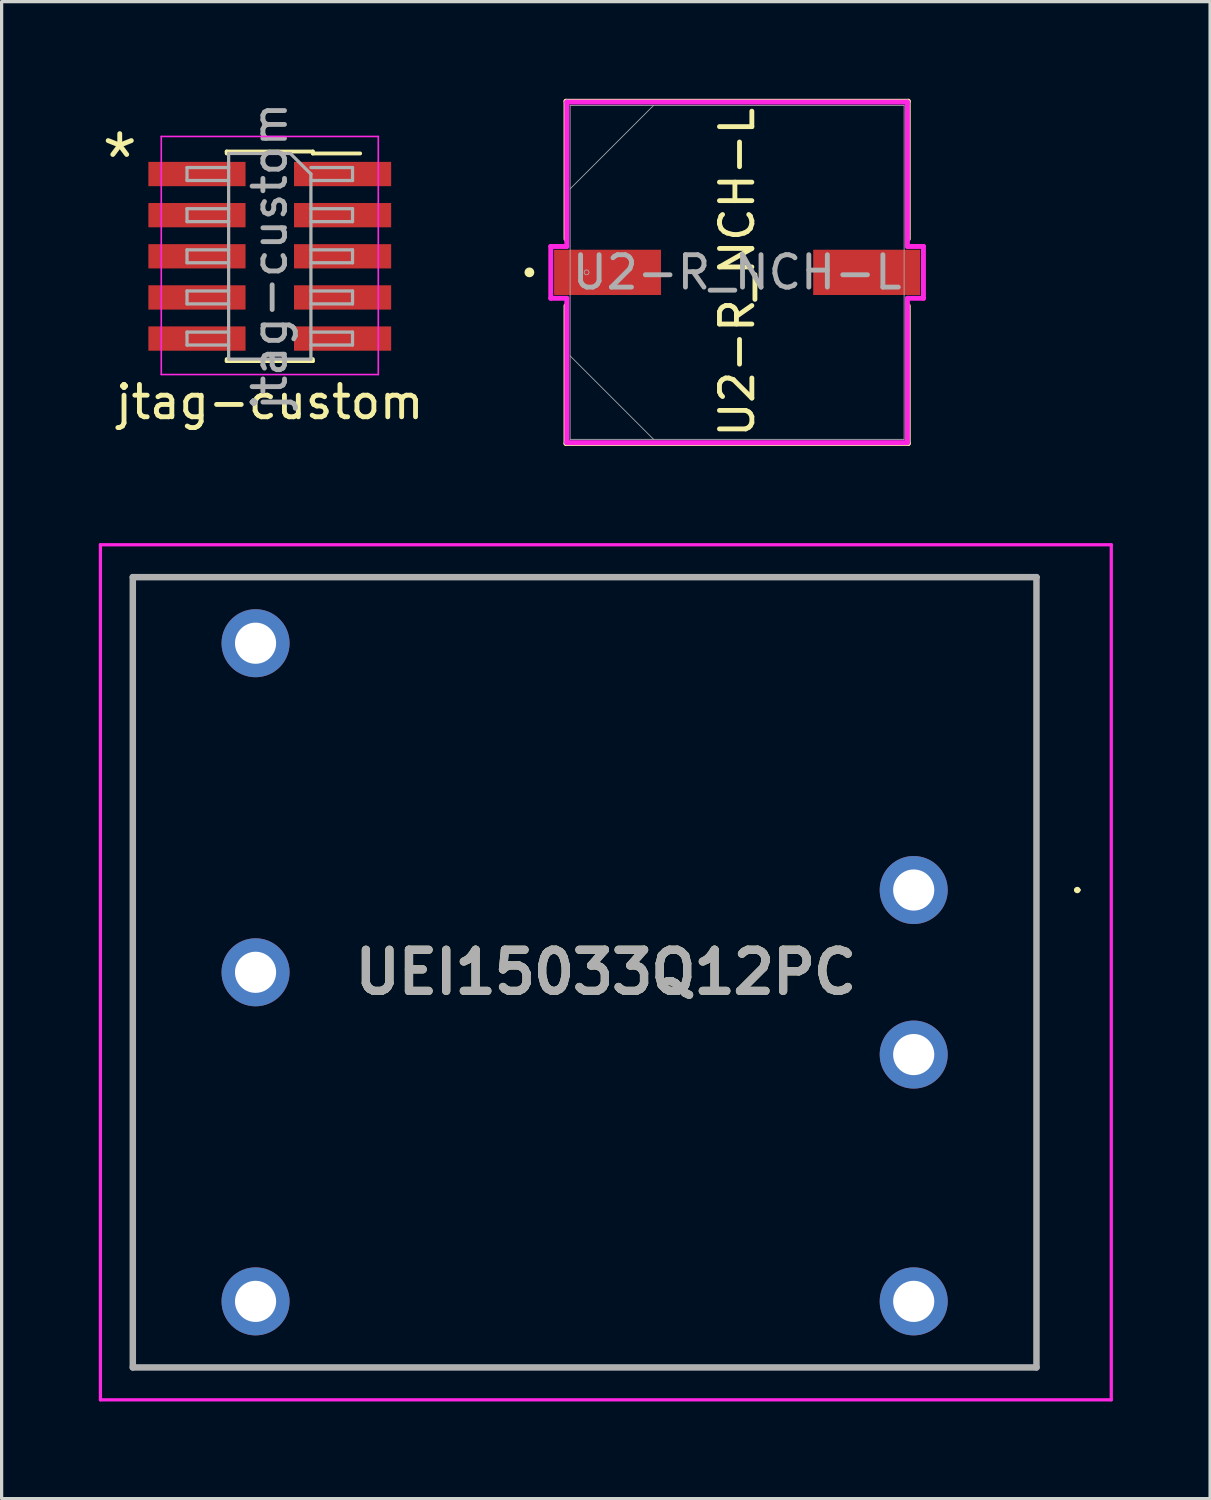
<source format=kicad_pcb>
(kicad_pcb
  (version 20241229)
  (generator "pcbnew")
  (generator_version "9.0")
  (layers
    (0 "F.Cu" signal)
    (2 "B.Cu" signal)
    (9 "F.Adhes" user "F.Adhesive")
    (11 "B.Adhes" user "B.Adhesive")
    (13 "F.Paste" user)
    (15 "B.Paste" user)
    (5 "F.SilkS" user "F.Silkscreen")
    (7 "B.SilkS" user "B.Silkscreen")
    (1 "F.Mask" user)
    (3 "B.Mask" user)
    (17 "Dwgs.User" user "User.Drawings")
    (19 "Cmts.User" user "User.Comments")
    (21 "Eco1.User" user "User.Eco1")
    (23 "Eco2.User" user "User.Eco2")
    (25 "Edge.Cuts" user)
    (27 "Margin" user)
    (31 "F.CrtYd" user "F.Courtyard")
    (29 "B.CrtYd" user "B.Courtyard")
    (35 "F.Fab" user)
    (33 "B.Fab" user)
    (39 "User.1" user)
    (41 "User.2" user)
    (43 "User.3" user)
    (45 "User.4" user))
  (footprint "U2-R_NCH-L"
    (layer "F.Cu")
    (at 19.708 5.359)
    (property "Reference" "U2-R_NCH-L" (at 0 0 90) (unlocked yes) (layer "F.SilkS") (effects (font (size 1 1) (thickness 0.15))))
    (attr smd)
    (fp_line (start -5.283 -5.283) (end -5.283 -1.031) (stroke (width 0.152) (type solid)) (layer "F.SilkS"))
    (fp_line (start -5.283 1.031) (end -5.283 5.283) (stroke (width 0.152) (type solid)) (layer "F.SilkS"))
    (fp_line (start -5.283 5.283) (end 5.283 5.283) (stroke (width 0.152) (type solid)) (layer "F.SilkS"))
    (fp_line (start 5.283 -5.283) (end -5.283 -5.283) (stroke (width 0.152) (type solid)) (layer "F.SilkS"))
    (fp_line (start 5.283 -1.031) (end 5.283 -5.283) (stroke (width 0.152) (type solid)) (layer "F.SilkS"))
    (fp_line (start 5.283 5.283) (end 5.283 1.031) (stroke (width 0.152) (type solid)) (layer "F.SilkS"))
    (fp_circle (center -6.413 0) (end -6.337 0) (stroke (width 0.152) (type solid)) (fill no) (layer "F.SilkS"))
    (fp_line (start -5.753 -0.8) (end -5.258 -0.8) (stroke (width 0.152) (type solid)) (layer "F.CrtYd"))
    (fp_line (start -5.753 0.8) (end -5.753 -0.8) (stroke (width 0.152) (type solid)) (layer "F.CrtYd"))
    (fp_line (start -5.258 -5.258) (end 5.258 -5.258) (stroke (width 0.152) (type solid)) (layer "F.CrtYd"))
    (fp_line (start -5.258 -0.8) (end -5.258 -5.258) (stroke (width 0.152) (type solid)) (layer "F.CrtYd"))
    (fp_line (start -5.258 0.8) (end -5.753 0.8) (stroke (width 0.152) (type solid)) (layer "F.CrtYd"))
    (fp_line (start -5.258 5.258) (end -5.258 0.8) (stroke (width 0.152) (type solid)) (layer "F.CrtYd"))
    (fp_line (start 5.258 -5.258) (end 5.258 -0.8) (stroke (width 0.152) (type solid)) (layer "F.CrtYd"))
    (fp_line (start 5.258 -0.8) (end 5.753 -0.8) (stroke (width 0.152) (type solid)) (layer "F.CrtYd"))
    (fp_line (start 5.258 0.8) (end 5.258 5.258) (stroke (width 0.152) (type solid)) (layer "F.CrtYd"))
    (fp_line (start 5.258 5.258) (end -5.258 5.258) (stroke (width 0.152) (type solid)) (layer "F.CrtYd"))
    (fp_line (start 5.753 -0.8) (end 5.753 0.8) (stroke (width 0.152) (type solid)) (layer "F.CrtYd"))
    (fp_line (start 5.753 0.8) (end 5.258 0.8) (stroke (width 0.152) (type solid)) (layer "F.CrtYd"))
    (fp_line (start -5.156 -5.156) (end -5.156 5.156) (stroke (width 0.025) (type solid)) (layer "F.Fab"))
    (fp_line (start -5.156 -2.578) (end -2.578 -5.156) (stroke (width 0.025) (type solid)) (layer "F.Fab"))
    (fp_line (start -5.156 2.578) (end -2.578 5.156) (stroke (width 0.025) (type solid)) (layer "F.Fab"))
    (fp_line (start -5.156 5.156) (end 5.156 5.156) (stroke (width 0.025) (type solid)) (layer "F.Fab"))
    (fp_line (start 5.156 -5.156) (end -5.156 -5.156) (stroke (width 0.025) (type solid)) (layer "F.Fab"))
    (fp_line (start 5.156 5.156) (end 5.156 -5.156) (stroke (width 0.025) (type solid)) (layer "F.Fab"))
    (fp_circle (center -4.648 0) (end -4.572 0) (stroke (width 0.025) (type solid)) (fill no) (layer "F.Fab"))
    (fp_text user "${REFERENCE}" (at 0 0 0) (unlocked yes) (layer "F.Fab") (effects (font (size 1 1) (thickness 0.15))))
    (pad "1" smd rect (at -4 0) (size 3.302 1.397) (layers "F.Cu" "F.Mask" "F.Paste"))
    (pad "2" smd rect (at 4 0) (size 3.302 1.397) (layers "F.Cu" "F.Mask" "F.Paste")))
  (footprint "jtag-custom"
    (layer "F.Cu")
    (at 5.279 4.863)
    (property "Reference" "jtag-custom" (at 0 4.5 180) (layer "F.SilkS") (effects (font (size 1 1) (thickness 0.15))))
    (attr smd)
    (fp_line (start -1.33 -3.235) (end -1.33 -3.175) (stroke (width 0.12) (type solid)) (layer "F.SilkS"))
    (fp_line (start -1.33 -3.235) (end 1.33 -3.235) (stroke (width 0.12) (type solid)) (layer "F.SilkS"))
    (fp_line (start -1.33 3.175) (end -1.33 3.235) (stroke (width 0.12) (type solid)) (layer "F.SilkS"))
    (fp_line (start -1.33 3.235) (end 1.33 3.235) (stroke (width 0.12) (type solid)) (layer "F.SilkS"))
    (fp_line (start 1.33 -3.235) (end 1.33 -3.175) (stroke (width 0.12) (type solid)) (layer "F.SilkS"))
    (fp_line (start 1.33 -3.175) (end 2.79 -3.175) (stroke (width 0.12) (type solid)) (layer "F.SilkS"))
    (fp_line (start 1.33 3.175) (end 1.33 3.235) (stroke (width 0.12) (type solid)) (layer "F.SilkS"))
    (fp_line (start -3.35 -3.7) (end 3.35 -3.7) (stroke (width 0.05) (type solid)) (layer "F.CrtYd"))
    (fp_line (start -3.35 3.65) (end -3.35 -3.7) (stroke (width 0.05) (type solid)) (layer "F.CrtYd"))
    (fp_line (start 3.35 -3.7) (end 3.35 3.65) (stroke (width 0.05) (type solid)) (layer "F.CrtYd"))
    (fp_line (start 3.35 3.65) (end -3.35 3.65) (stroke (width 0.05) (type solid)) (layer "F.CrtYd"))
    (fp_line (start -2.555 -2.74) (end -1.27 -2.74) (stroke (width 0.1) (type solid)) (layer "F.Fab"))
    (fp_line (start -2.555 -2.34) (end -2.555 -2.74) (stroke (width 0.1) (type solid)) (layer "F.Fab"))
    (fp_line (start -2.555 -1.47) (end -1.27 -1.47) (stroke (width 0.1) (type solid)) (layer "F.Fab"))
    (fp_line (start -2.555 -1.07) (end -2.555 -1.47) (stroke (width 0.1) (type solid)) (layer "F.Fab"))
    (fp_line (start -2.555 -0.2) (end -1.27 -0.2) (stroke (width 0.1) (type solid)) (layer "F.Fab"))
    (fp_line (start -2.555 0.2) (end -2.555 -0.2) (stroke (width 0.1) (type solid)) (layer "F.Fab"))
    (fp_line (start -2.555 1.07) (end -1.27 1.07) (stroke (width 0.1) (type solid)) (layer "F.Fab"))
    (fp_line (start -2.555 1.47) (end -2.555 1.07) (stroke (width 0.1) (type solid)) (layer "F.Fab"))
    (fp_line (start -2.555 2.34) (end -1.27 2.34) (stroke (width 0.1) (type solid)) (layer "F.Fab"))
    (fp_line (start -2.555 2.74) (end -2.555 2.34) (stroke (width 0.1) (type solid)) (layer "F.Fab"))
    (fp_line (start -1.27 -3.175) (end 0.635 -3.175) (stroke (width 0.1) (type solid)) (layer "F.Fab"))
    (fp_line (start -1.27 -2.34) (end -2.555 -2.34) (stroke (width 0.1) (type solid)) (layer "F.Fab"))
    (fp_line (start -1.27 -1.07) (end -2.555 -1.07) (stroke (width 0.1) (type solid)) (layer "F.Fab"))
    (fp_line (start -1.27 0.2) (end -2.555 0.2) (stroke (width 0.1) (type solid)) (layer "F.Fab"))
    (fp_line (start -1.27 1.47) (end -2.555 1.47) (stroke (width 0.1) (type solid)) (layer "F.Fab"))
    (fp_line (start -1.27 2.74) (end -2.555 2.74) (stroke (width 0.1) (type solid)) (layer "F.Fab"))
    (fp_line (start -1.27 3.175) (end -1.27 -3.175) (stroke (width 0.1) (type solid)) (layer "F.Fab"))
    (fp_line (start 0.635 -3.175) (end 1.27 -2.54) (stroke (width 0.1) (type solid)) (layer "F.Fab"))
    (fp_line (start 1.27 -2.74) (end 2.555 -2.74) (stroke (width 0.1) (type solid)) (layer "F.Fab"))
    (fp_line (start 1.27 -2.54) (end 1.27 3.175) (stroke (width 0.1) (type solid)) (layer "F.Fab"))
    (fp_line (start 1.27 -1.47) (end 2.555 -1.47) (stroke (width 0.1) (type solid)) (layer "F.Fab"))
    (fp_line (start 1.27 -0.2) (end 2.555 -0.2) (stroke (width 0.1) (type solid)) (layer "F.Fab"))
    (fp_line (start 1.27 1.07) (end 2.555 1.07) (stroke (width 0.1) (type solid)) (layer "F.Fab"))
    (fp_line (start 1.27 2.34) (end 2.555 2.34) (stroke (width 0.1) (type solid)) (layer "F.Fab"))
    (fp_line (start 1.27 3.175) (end -1.27 3.175) (stroke (width 0.1) (type solid)) (layer "F.Fab"))
    (fp_line (start 2.555 -2.74) (end 2.555 -2.34) (stroke (width 0.1) (type solid)) (layer "F.Fab"))
    (fp_line (start 2.555 -2.34) (end 1.27 -2.34) (stroke (width 0.1) (type solid)) (layer "F.Fab"))
    (fp_line (start 2.555 -1.47) (end 2.555 -1.07) (stroke (width 0.1) (type solid)) (layer "F.Fab"))
    (fp_line (start 2.555 -1.07) (end 1.27 -1.07) (stroke (width 0.1) (type solid)) (layer "F.Fab"))
    (fp_line (start 2.555 -0.2) (end 2.555 0.2) (stroke (width 0.1) (type solid)) (layer "F.Fab"))
    (fp_line (start 2.555 0.2) (end 1.27 0.2) (stroke (width 0.1) (type solid)) (layer "F.Fab"))
    (fp_line (start 2.555 1.07) (end 2.555 1.47) (stroke (width 0.1) (type solid)) (layer "F.Fab"))
    (fp_line (start 2.555 1.47) (end 1.27 1.47) (stroke (width 0.1) (type solid)) (layer "F.Fab"))
    (fp_line (start 2.555 2.34) (end 2.555 2.74) (stroke (width 0.1) (type solid)) (layer "F.Fab"))
    (fp_line (start 2.555 2.74) (end 1.27 2.74) (stroke (width 0.1) (type solid)) (layer "F.Fab"))
    (fp_text user "*" (at -4.632 -2.973 180) (layer "F.SilkS") (effects (font (size 1.5 1.5) (thickness 0.15))))
    (fp_text user "${REFERENCE}" (at 0 0 270) (layer "F.Fab") (effects (font (size 1 1) (thickness 0.15))))
    (pad "1" smd rect (at -2.248 -2.54) (size 3 0.75) (layers "F.Cu" "F.Mask" "F.Paste"))
    (pad "2" smd rect (at 2.248 -2.54) (size 3 0.75) (layers "F.Cu" "F.Mask" "F.Paste"))
    (pad "3" smd rect (at -2.248 -1.27) (size 3 0.75) (layers "F.Cu" "F.Mask" "F.Paste"))
    (pad "4" smd rect (at 2.248 -1.27) (size 3 0.75) (layers "F.Cu" "F.Mask" "F.Paste"))
    (pad "5" smd rect (at -2.248 0) (size 3 0.75) (layers "F.Cu" "F.Mask" "F.Paste"))
    (pad "6" smd rect (at 2.248 0) (size 3 0.75) (layers "F.Cu" "F.Mask" "F.Paste"))
    (pad "7" smd rect (at -2.248 1.27) (size 3 0.75) (layers "F.Cu" "F.Mask" "F.Paste"))
    (pad "8" smd rect (at 2.248 1.27) (size 3 0.75) (layers "F.Cu" "F.Mask" "F.Paste"))
    (pad "9" smd rect (at -2.248 2.54) (size 3 0.75) (layers "F.Cu" "F.Mask" "F.Paste"))
    (pad "10" smd rect (at 2.248 2.54) (size 3 0.75) (layers "F.Cu" "F.Mask" "F.Paste")))
  (footprint "UEI15033Q12PC"
    (layer "F.Cu")
    (at 25.16 24.429)
    (property "Reference" "UEI15033Q12PC" (at -9.505 2.54 0) (layer "F.SilkS") (effects (font (size 1.27 1.27) (thickness 0.254))))
    (attr through_hole)
    (fp_line (start -24.11 -9.66) (end -24.11 14.54) (stroke (width 0.1) (type solid)) (layer "F.SilkS"))
    (fp_line (start -18.16 -9.66) (end 3.84 -9.66) (stroke (width 0.1) (type solid)) (layer "F.SilkS"))
    (fp_line (start -18.16 14.74) (end -2.16 14.74) (stroke (width 0.1) (type solid)) (layer "F.SilkS"))
    (fp_line (start 3.79 -9.46) (end 3.79 14.54) (stroke (width 0.1) (type solid)) (layer "F.SilkS"))
    (fp_line (start 5 0) (end 5 0) (stroke (width 0.1) (type solid)) (layer "F.SilkS"))
    (fp_line (start 5.1 0) (end 5.1 0) (stroke (width 0.1) (type solid)) (layer "F.SilkS"))
    (fp_arc (start 5 0) (mid 5.05 -0.05) (end 5.1 0) (stroke (width 0.1) (type solid)) (layer "F.SilkS"))
    (fp_arc (start 5.1 0) (mid 5.05 0.05) (end 5 0) (stroke (width 0.1) (type solid)) (layer "F.SilkS"))
    (fp_line (start -25.11 -10.66) (end -25.11 15.74) (stroke (width 0.1) (type solid)) (layer "F.CrtYd"))
    (fp_line (start -25.11 15.74) (end 6.1 15.74) (stroke (width 0.1) (type solid)) (layer "F.CrtYd"))
    (fp_line (start 6.1 -10.66) (end -25.11 -10.66) (stroke (width 0.1) (type solid)) (layer "F.CrtYd"))
    (fp_line (start 6.1 15.74) (end 6.1 -10.66) (stroke (width 0.1) (type solid)) (layer "F.CrtYd"))
    (fp_line (start -24.11 -9.66) (end -24.11 14.74) (stroke (width 0.2) (type solid)) (layer "F.Fab"))
    (fp_line (start -24.11 14.74) (end 3.79 14.74) (stroke (width 0.2) (type solid)) (layer "F.Fab"))
    (fp_line (start 3.79 -9.66) (end -24.11 -9.66) (stroke (width 0.2) (type solid)) (layer "F.Fab"))
    (fp_line (start 3.79 14.74) (end 3.79 -9.66) (stroke (width 0.2) (type solid)) (layer "F.Fab"))
    (fp_text user "${REFERENCE}" (at -9.505 2.54 0) (layer "F.Fab") (effects (font (size 1.27 1.27) (thickness 0.254))))
    (pad "1" thru_hole circle (at 0 0) (size 2.1 2.1) (drill 1.27) (layers "*.Cu" "*.Mask"))
    (pad "2" thru_hole circle (at 0 5.08) (size 2.1 2.1) (drill 1.27) (layers "*.Cu" "*.Mask"))
    (pad "3" thru_hole circle (at -20.32 -7.62) (size 2.1 2.1) (drill 1.27) (layers "*.Cu" "*.Mask"))
    (pad "4" thru_hole circle (at -20.32 2.54) (size 2.1 2.1) (drill 1.27) (layers "*.Cu" "*.Mask"))
    (pad "5" thru_hole circle (at -20.32 12.7) (size 2.1 2.1) (drill 1.27) (layers "*.Cu" "*.Mask"))
    (pad "6" thru_hole circle (at 0 12.7) (size 2.1 2.1) (drill 1.27) (layers "*.Cu" "*.Mask")))
  (gr_rect
    (start -3 -3)
    (end 34.31 43.219)
    (stroke (width 0.1) (type default))
    (fill no)
    (layer "Edge.Cuts")))
</source>
